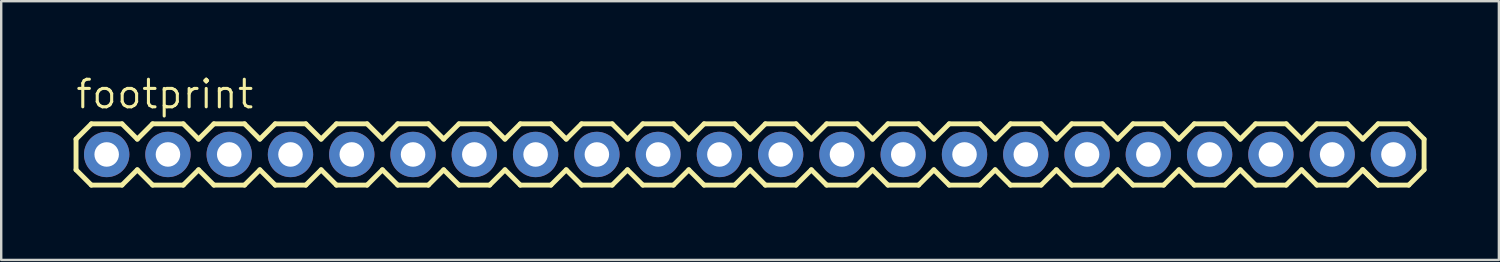
<source format=kicad_pcb>
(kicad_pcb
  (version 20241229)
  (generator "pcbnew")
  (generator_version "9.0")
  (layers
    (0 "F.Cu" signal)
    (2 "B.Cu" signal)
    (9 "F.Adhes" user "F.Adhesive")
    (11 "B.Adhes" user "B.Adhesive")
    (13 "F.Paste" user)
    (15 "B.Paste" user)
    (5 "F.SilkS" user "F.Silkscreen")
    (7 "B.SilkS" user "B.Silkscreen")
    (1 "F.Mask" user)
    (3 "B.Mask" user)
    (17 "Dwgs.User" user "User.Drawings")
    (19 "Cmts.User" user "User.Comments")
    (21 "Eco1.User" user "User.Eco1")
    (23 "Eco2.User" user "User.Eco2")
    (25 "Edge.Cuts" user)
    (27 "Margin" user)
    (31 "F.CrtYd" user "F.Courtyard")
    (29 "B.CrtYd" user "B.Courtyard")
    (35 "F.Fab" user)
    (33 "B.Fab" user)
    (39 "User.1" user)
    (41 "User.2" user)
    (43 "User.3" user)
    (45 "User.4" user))
  (footprint "footprint"
    (layer "F.Cu")
    (at 1.372 3.353)
    (property "Reference" "footprint" (at -1.346 -1.829 0) (layer "F.SilkS") (effects (font (size 1.143 1.143) (thickness 0.127)) (justify left bottom)))
    (fp_line (start -1.27 -0.635) (end -1.27 0.635) (stroke (width 0.203) (type solid)) (layer "F.SilkS"))
    (fp_line (start -1.27 0.635) (end -0.635 1.27) (stroke (width 0.203) (type solid)) (layer "F.SilkS"))
    (fp_line (start -0.635 -1.27) (end -1.27 -0.635) (stroke (width 0.203) (type solid)) (layer "F.SilkS"))
    (fp_line (start -0.635 -1.27) (end 0.635 -1.27) (stroke (width 0.203) (type solid)) (layer "F.SilkS"))
    (fp_line (start 0.635 -1.27) (end 1.27 -0.635) (stroke (width 0.203) (type solid)) (layer "F.SilkS"))
    (fp_line (start 0.635 1.27) (end -0.635 1.27) (stroke (width 0.203) (type solid)) (layer "F.SilkS"))
    (fp_line (start 1.27 -0.635) (end 1.905 -1.27) (stroke (width 0.203) (type solid)) (layer "F.SilkS"))
    (fp_line (start 1.27 0.635) (end 0.635 1.27) (stroke (width 0.203) (type solid)) (layer "F.SilkS"))
    (fp_line (start 1.905 -1.27) (end 3.175 -1.27) (stroke (width 0.203) (type solid)) (layer "F.SilkS"))
    (fp_line (start 1.905 1.27) (end 1.27 0.635) (stroke (width 0.203) (type solid)) (layer "F.SilkS"))
    (fp_line (start 3.175 -1.27) (end 3.81 -0.635) (stroke (width 0.203) (type solid)) (layer "F.SilkS"))
    (fp_line (start 3.175 1.27) (end 1.905 1.27) (stroke (width 0.203) (type solid)) (layer "F.SilkS"))
    (fp_line (start 3.81 -0.635) (end 4.445 -1.27) (stroke (width 0.203) (type solid)) (layer "F.SilkS"))
    (fp_line (start 3.81 0.635) (end 3.175 1.27) (stroke (width 0.203) (type solid)) (layer "F.SilkS"))
    (fp_line (start 4.445 -1.27) (end 5.715 -1.27) (stroke (width 0.203) (type solid)) (layer "F.SilkS"))
    (fp_line (start 4.445 1.27) (end 3.81 0.635) (stroke (width 0.203) (type solid)) (layer "F.SilkS"))
    (fp_line (start 5.715 -1.27) (end 6.35 -0.635) (stroke (width 0.203) (type solid)) (layer "F.SilkS"))
    (fp_line (start 5.715 1.27) (end 4.445 1.27) (stroke (width 0.203) (type solid)) (layer "F.SilkS"))
    (fp_line (start 6.35 0.635) (end 5.715 1.27) (stroke (width 0.203) (type solid)) (layer "F.SilkS"))
    (fp_line (start 6.35 0.635) (end 6.985 1.27) (stroke (width 0.203) (type solid)) (layer "F.SilkS"))
    (fp_line (start 6.985 -1.27) (end 6.35 -0.635) (stroke (width 0.203) (type solid)) (layer "F.SilkS"))
    (fp_line (start 6.985 -1.27) (end 8.255 -1.27) (stroke (width 0.203) (type solid)) (layer "F.SilkS"))
    (fp_line (start 8.255 -1.27) (end 8.89 -0.635) (stroke (width 0.203) (type solid)) (layer "F.SilkS"))
    (fp_line (start 8.255 1.27) (end 6.985 1.27) (stroke (width 0.203) (type solid)) (layer "F.SilkS"))
    (fp_line (start 8.89 -0.635) (end 9.525 -1.27) (stroke (width 0.203) (type solid)) (layer "F.SilkS"))
    (fp_line (start 8.89 0.635) (end 8.255 1.27) (stroke (width 0.203) (type solid)) (layer "F.SilkS"))
    (fp_line (start 9.525 -1.27) (end 10.795 -1.27) (stroke (width 0.203) (type solid)) (layer "F.SilkS"))
    (fp_line (start 9.525 1.27) (end 8.89 0.635) (stroke (width 0.203) (type solid)) (layer "F.SilkS"))
    (fp_line (start 10.795 -1.27) (end 11.43 -0.635) (stroke (width 0.203) (type solid)) (layer "F.SilkS"))
    (fp_line (start 10.795 1.27) (end 9.525 1.27) (stroke (width 0.203) (type solid)) (layer "F.SilkS"))
    (fp_line (start 11.43 -0.635) (end 12.065 -1.27) (stroke (width 0.203) (type solid)) (layer "F.SilkS"))
    (fp_line (start 11.43 0.635) (end 10.795 1.27) (stroke (width 0.203) (type solid)) (layer "F.SilkS"))
    (fp_line (start 12.065 -1.27) (end 13.335 -1.27) (stroke (width 0.203) (type solid)) (layer "F.SilkS"))
    (fp_line (start 12.065 1.27) (end 11.43 0.635) (stroke (width 0.203) (type solid)) (layer "F.SilkS"))
    (fp_line (start 13.335 -1.27) (end 13.97 -0.635) (stroke (width 0.203) (type solid)) (layer "F.SilkS"))
    (fp_line (start 13.335 1.27) (end 12.065 1.27) (stroke (width 0.203) (type solid)) (layer "F.SilkS"))
    (fp_line (start 13.97 0.635) (end 13.335 1.27) (stroke (width 0.203) (type solid)) (layer "F.SilkS"))
    (fp_line (start 13.97 0.635) (end 14.605 1.27) (stroke (width 0.203) (type solid)) (layer "F.SilkS"))
    (fp_line (start 14.605 -1.27) (end 13.97 -0.635) (stroke (width 0.203) (type solid)) (layer "F.SilkS"))
    (fp_line (start 14.605 -1.27) (end 15.875 -1.27) (stroke (width 0.203) (type solid)) (layer "F.SilkS"))
    (fp_line (start 15.875 -1.27) (end 16.51 -0.635) (stroke (width 0.203) (type solid)) (layer "F.SilkS"))
    (fp_line (start 15.875 1.27) (end 14.605 1.27) (stroke (width 0.203) (type solid)) (layer "F.SilkS"))
    (fp_line (start 16.51 0.635) (end 15.875 1.27) (stroke (width 0.203) (type solid)) (layer "F.SilkS"))
    (fp_line (start 16.51 0.635) (end 17.145 1.27) (stroke (width 0.203) (type solid)) (layer "F.SilkS"))
    (fp_line (start 17.145 -1.27) (end 16.51 -0.635) (stroke (width 0.203) (type solid)) (layer "F.SilkS"))
    (fp_line (start 17.145 -1.27) (end 18.415 -1.27) (stroke (width 0.203) (type solid)) (layer "F.SilkS"))
    (fp_line (start 18.415 -1.27) (end 19.05 -0.635) (stroke (width 0.203) (type solid)) (layer "F.SilkS"))
    (fp_line (start 18.415 1.27) (end 17.145 1.27) (stroke (width 0.203) (type solid)) (layer "F.SilkS"))
    (fp_line (start 19.05 -0.635) (end 19.685 -1.27) (stroke (width 0.203) (type solid)) (layer "F.SilkS"))
    (fp_line (start 19.05 0.635) (end 18.415 1.27) (stroke (width 0.203) (type solid)) (layer "F.SilkS"))
    (fp_line (start 19.685 -1.27) (end 20.955 -1.27) (stroke (width 0.203) (type solid)) (layer "F.SilkS"))
    (fp_line (start 19.685 1.27) (end 19.05 0.635) (stroke (width 0.203) (type solid)) (layer "F.SilkS"))
    (fp_line (start 20.955 -1.27) (end 21.59 -0.635) (stroke (width 0.203) (type solid)) (layer "F.SilkS"))
    (fp_line (start 20.955 1.27) (end 19.685 1.27) (stroke (width 0.203) (type solid)) (layer "F.SilkS"))
    (fp_line (start 21.59 -0.635) (end 22.225 -1.27) (stroke (width 0.203) (type solid)) (layer "F.SilkS"))
    (fp_line (start 21.59 0.635) (end 20.955 1.27) (stroke (width 0.203) (type solid)) (layer "F.SilkS"))
    (fp_line (start 22.225 -1.27) (end 23.495 -1.27) (stroke (width 0.203) (type solid)) (layer "F.SilkS"))
    (fp_line (start 22.225 1.27) (end 21.59 0.635) (stroke (width 0.203) (type solid)) (layer "F.SilkS"))
    (fp_line (start 23.495 -1.27) (end 24.13 -0.635) (stroke (width 0.203) (type solid)) (layer "F.SilkS"))
    (fp_line (start 23.495 1.27) (end 22.225 1.27) (stroke (width 0.203) (type solid)) (layer "F.SilkS"))
    (fp_line (start 24.13 0.635) (end 23.495 1.27) (stroke (width 0.203) (type solid)) (layer "F.SilkS"))
    (fp_line (start 24.13 0.635) (end 24.765 1.27) (stroke (width 0.203) (type solid)) (layer "F.SilkS"))
    (fp_line (start 24.765 -1.27) (end 24.13 -0.635) (stroke (width 0.203) (type solid)) (layer "F.SilkS"))
    (fp_line (start 24.765 -1.27) (end 26.035 -1.27) (stroke (width 0.203) (type solid)) (layer "F.SilkS"))
    (fp_line (start 26.035 -1.27) (end 26.67 -0.635) (stroke (width 0.203) (type solid)) (layer "F.SilkS"))
    (fp_line (start 26.035 1.27) (end 24.765 1.27) (stroke (width 0.203) (type solid)) (layer "F.SilkS"))
    (fp_line (start 26.67 -0.635) (end 27.305 -1.27) (stroke (width 0.203) (type solid)) (layer "F.SilkS"))
    (fp_line (start 26.67 0.635) (end 26.035 1.27) (stroke (width 0.203) (type solid)) (layer "F.SilkS"))
    (fp_line (start 27.305 -1.27) (end 28.575 -1.27) (stroke (width 0.203) (type solid)) (layer "F.SilkS"))
    (fp_line (start 27.305 1.27) (end 26.67 0.635) (stroke (width 0.203) (type solid)) (layer "F.SilkS"))
    (fp_line (start 28.575 -1.27) (end 29.21 -0.635) (stroke (width 0.203) (type solid)) (layer "F.SilkS"))
    (fp_line (start 28.575 1.27) (end 27.305 1.27) (stroke (width 0.203) (type solid)) (layer "F.SilkS"))
    (fp_line (start 29.21 -0.635) (end 29.845 -1.27) (stroke (width 0.203) (type solid)) (layer "F.SilkS"))
    (fp_line (start 29.21 0.635) (end 28.575 1.27) (stroke (width 0.203) (type solid)) (layer "F.SilkS"))
    (fp_line (start 29.845 -1.27) (end 31.115 -1.27) (stroke (width 0.203) (type solid)) (layer "F.SilkS"))
    (fp_line (start 29.845 1.27) (end 29.21 0.635) (stroke (width 0.203) (type solid)) (layer "F.SilkS"))
    (fp_line (start 31.115 -1.27) (end 31.75 -0.635) (stroke (width 0.203) (type solid)) (layer "F.SilkS"))
    (fp_line (start 31.115 1.27) (end 29.845 1.27) (stroke (width 0.203) (type solid)) (layer "F.SilkS"))
    (fp_line (start 31.75 0.635) (end 31.115 1.27) (stroke (width 0.203) (type solid)) (layer "F.SilkS"))
    (fp_line (start 31.75 0.635) (end 32.385 1.27) (stroke (width 0.203) (type solid)) (layer "F.SilkS"))
    (fp_line (start 32.385 -1.27) (end 31.75 -0.635) (stroke (width 0.203) (type solid)) (layer "F.SilkS"))
    (fp_line (start 32.385 -1.27) (end 33.655 -1.27) (stroke (width 0.203) (type solid)) (layer "F.SilkS"))
    (fp_line (start 33.655 -1.27) (end 34.29 -0.635) (stroke (width 0.203) (type solid)) (layer "F.SilkS"))
    (fp_line (start 33.655 1.27) (end 32.385 1.27) (stroke (width 0.203) (type solid)) (layer "F.SilkS"))
    (fp_line (start 34.29 0.635) (end 33.655 1.27) (stroke (width 0.203) (type solid)) (layer "F.SilkS"))
    (fp_line (start 34.29 0.635) (end 34.925 1.27) (stroke (width 0.203) (type solid)) (layer "F.SilkS"))
    (fp_line (start 34.925 -1.27) (end 34.29 -0.635) (stroke (width 0.203) (type solid)) (layer "F.SilkS"))
    (fp_line (start 34.925 -1.27) (end 36.195 -1.27) (stroke (width 0.203) (type solid)) (layer "F.SilkS"))
    (fp_line (start 36.195 -1.27) (end 36.83 -0.635) (stroke (width 0.203) (type solid)) (layer "F.SilkS"))
    (fp_line (start 36.195 1.27) (end 34.925 1.27) (stroke (width 0.203) (type solid)) (layer "F.SilkS"))
    (fp_line (start 36.83 0.635) (end 36.195 1.27) (stroke (width 0.203) (type solid)) (layer "F.SilkS"))
    (fp_line (start 36.83 0.635) (end 37.465 1.27) (stroke (width 0.203) (type solid)) (layer "F.SilkS"))
    (fp_line (start 37.465 -1.27) (end 36.83 -0.635) (stroke (width 0.203) (type solid)) (layer "F.SilkS"))
    (fp_line (start 37.465 -1.27) (end 38.735 -1.27) (stroke (width 0.203) (type solid)) (layer "F.SilkS"))
    (fp_line (start 38.735 -1.27) (end 39.37 -0.635) (stroke (width 0.203) (type solid)) (layer "F.SilkS"))
    (fp_line (start 38.735 1.27) (end 37.465 1.27) (stroke (width 0.203) (type solid)) (layer "F.SilkS"))
    (fp_line (start 39.37 0.635) (end 38.735 1.27) (stroke (width 0.203) (type solid)) (layer "F.SilkS"))
    (fp_line (start 39.37 0.635) (end 40.005 1.27) (stroke (width 0.203) (type solid)) (layer "F.SilkS"))
    (fp_line (start 40.005 -1.27) (end 39.37 -0.635) (stroke (width 0.203) (type solid)) (layer "F.SilkS"))
    (fp_line (start 40.005 -1.27) (end 41.275 -1.27) (stroke (width 0.203) (type solid)) (layer "F.SilkS"))
    (fp_line (start 41.275 -1.27) (end 41.91 -0.635) (stroke (width 0.203) (type solid)) (layer "F.SilkS"))
    (fp_line (start 41.275 1.27) (end 40.005 1.27) (stroke (width 0.203) (type solid)) (layer "F.SilkS"))
    (fp_line (start 41.91 0.635) (end 41.275 1.27) (stroke (width 0.203) (type solid)) (layer "F.SilkS"))
    (fp_line (start 41.91 0.635) (end 42.545 1.27) (stroke (width 0.203) (type solid)) (layer "F.SilkS"))
    (fp_line (start 42.545 -1.27) (end 41.91 -0.635) (stroke (width 0.203) (type solid)) (layer "F.SilkS"))
    (fp_line (start 42.545 -1.27) (end 43.815 -1.27) (stroke (width 0.203) (type solid)) (layer "F.SilkS"))
    (fp_line (start 43.815 -1.27) (end 44.45 -0.635) (stroke (width 0.203) (type solid)) (layer "F.SilkS"))
    (fp_line (start 43.815 1.27) (end 42.545 1.27) (stroke (width 0.203) (type solid)) (layer "F.SilkS"))
    (fp_line (start 44.45 0.635) (end 43.815 1.27) (stroke (width 0.203) (type solid)) (layer "F.SilkS"))
    (fp_line (start 44.45 0.635) (end 45.085 1.27) (stroke (width 0.203) (type solid)) (layer "F.SilkS"))
    (fp_line (start 45.085 -1.27) (end 44.45 -0.635) (stroke (width 0.203) (type solid)) (layer "F.SilkS"))
    (fp_line (start 45.085 -1.27) (end 46.355 -1.27) (stroke (width 0.203) (type solid)) (layer "F.SilkS"))
    (fp_line (start 46.355 -1.27) (end 46.99 -0.635) (stroke (width 0.203) (type solid)) (layer "F.SilkS"))
    (fp_line (start 46.355 1.27) (end 45.085 1.27) (stroke (width 0.203) (type solid)) (layer "F.SilkS"))
    (fp_line (start 46.99 0.635) (end 46.355 1.27) (stroke (width 0.203) (type solid)) (layer "F.SilkS"))
    (fp_line (start 46.99 0.635) (end 47.625 1.27) (stroke (width 0.203) (type solid)) (layer "F.SilkS"))
    (fp_line (start 47.625 -1.27) (end 46.99 -0.635) (stroke (width 0.203) (type solid)) (layer "F.SilkS"))
    (fp_line (start 47.625 -1.27) (end 48.895 -1.27) (stroke (width 0.203) (type solid)) (layer "F.SilkS"))
    (fp_line (start 48.895 -1.27) (end 49.53 -0.635) (stroke (width 0.203) (type solid)) (layer "F.SilkS"))
    (fp_line (start 48.895 1.27) (end 47.625 1.27) (stroke (width 0.203) (type solid)) (layer "F.SilkS"))
    (fp_line (start 49.53 0.635) (end 48.895 1.27) (stroke (width 0.203) (type solid)) (layer "F.SilkS"))
    (fp_line (start 49.53 0.635) (end 50.165 1.27) (stroke (width 0.203) (type solid)) (layer "F.SilkS"))
    (fp_line (start 50.165 -1.27) (end 49.53 -0.635) (stroke (width 0.203) (type solid)) (layer "F.SilkS"))
    (fp_line (start 50.165 -1.27) (end 51.435 -1.27) (stroke (width 0.203) (type solid)) (layer "F.SilkS"))
    (fp_line (start 51.435 -1.27) (end 52.07 -0.635) (stroke (width 0.203) (type solid)) (layer "F.SilkS"))
    (fp_line (start 51.435 1.27) (end 50.165 1.27) (stroke (width 0.203) (type solid)) (layer "F.SilkS"))
    (fp_line (start 52.07 0.635) (end 51.435 1.27) (stroke (width 0.203) (type solid)) (layer "F.SilkS"))
    (fp_line (start 52.07 0.635) (end 52.705 1.27) (stroke (width 0.203) (type solid)) (layer "F.SilkS"))
    (fp_line (start 52.07 0.635) (end 52.705 1.27) (stroke (width 0.203) (type solid)) (layer "F.SilkS"))
    (fp_line (start 52.705 -1.27) (end 52.07 -0.635) (stroke (width 0.203) (type solid)) (layer "F.SilkS"))
    (fp_line (start 52.705 -1.27) (end 53.975 -1.27) (stroke (width 0.203) (type solid)) (layer "F.SilkS"))
    (fp_line (start 53.975 -1.27) (end 54.61 -0.635) (stroke (width 0.203) (type solid)) (layer "F.SilkS"))
    (fp_line (start 53.975 1.27) (end 52.705 1.27) (stroke (width 0.203) (type solid)) (layer "F.SilkS"))
    (fp_line (start 54.61 -0.635) (end 54.61 0.635) (stroke (width 0.203) (type solid)) (layer "F.SilkS"))
    (fp_line (start 54.61 0.635) (end 53.975 1.27) (stroke (width 0.203) (type solid)) (layer "F.SilkS"))
    (fp_poly (pts (xy -0.254 0.254) (xy 0.254 0.254) (xy 0.254 -0.254) (xy -0.254 -0.254)) (stroke (width 0.1) (type solid)) (fill no) (layer "F.Fab"))
    (fp_poly (pts (xy 2.286 0.254) (xy 2.794 0.254) (xy 2.794 -0.254) (xy 2.286 -0.254)) (stroke (width 0.1) (type solid)) (fill no) (layer "F.Fab"))
    (fp_poly (pts (xy 4.826 0.254) (xy 5.334 0.254) (xy 5.334 -0.254) (xy 4.826 -0.254)) (stroke (width 0.1) (type solid)) (fill no) (layer "F.Fab"))
    (fp_poly (pts (xy 7.366 0.254) (xy 7.874 0.254) (xy 7.874 -0.254) (xy 7.366 -0.254)) (stroke (width 0.1) (type solid)) (fill no) (layer "F.Fab"))
    (fp_poly (pts (xy 9.906 0.254) (xy 10.414 0.254) (xy 10.414 -0.254) (xy 9.906 -0.254)) (stroke (width 0.1) (type solid)) (fill no) (layer "F.Fab"))
    (fp_poly (pts (xy 12.446 0.254) (xy 12.954 0.254) (xy 12.954 -0.254) (xy 12.446 -0.254)) (stroke (width 0.1) (type solid)) (fill no) (layer "F.Fab"))
    (fp_poly (pts (xy 14.986 0.254) (xy 15.494 0.254) (xy 15.494 -0.254) (xy 14.986 -0.254)) (stroke (width 0.1) (type solid)) (fill no) (layer "F.Fab"))
    (fp_poly (pts (xy 17.526 0.254) (xy 18.034 0.254) (xy 18.034 -0.254) (xy 17.526 -0.254)) (stroke (width 0.1) (type solid)) (fill no) (layer "F.Fab"))
    (fp_poly (pts (xy 20.066 0.254) (xy 20.574 0.254) (xy 20.574 -0.254) (xy 20.066 -0.254)) (stroke (width 0.1) (type solid)) (fill no) (layer "F.Fab"))
    (fp_poly (pts (xy 22.606 0.254) (xy 23.114 0.254) (xy 23.114 -0.254) (xy 22.606 -0.254)) (stroke (width 0.1) (type solid)) (fill no) (layer "F.Fab"))
    (fp_poly (pts (xy 25.146 0.254) (xy 25.654 0.254) (xy 25.654 -0.254) (xy 25.146 -0.254)) (stroke (width 0.1) (type solid)) (fill no) (layer "F.Fab"))
    (fp_poly (pts (xy 27.686 0.254) (xy 28.194 0.254) (xy 28.194 -0.254) (xy 27.686 -0.254)) (stroke (width 0.1) (type solid)) (fill no) (layer "F.Fab"))
    (fp_poly (pts (xy 30.226 0.254) (xy 30.734 0.254) (xy 30.734 -0.254) (xy 30.226 -0.254)) (stroke (width 0.1) (type solid)) (fill no) (layer "F.Fab"))
    (fp_poly (pts (xy 32.766 0.254) (xy 33.274 0.254) (xy 33.274 -0.254) (xy 32.766 -0.254)) (stroke (width 0.1) (type solid)) (fill no) (layer "F.Fab"))
    (fp_poly (pts (xy 35.306 0.254) (xy 35.814 0.254) (xy 35.814 -0.254) (xy 35.306 -0.254)) (stroke (width 0.1) (type solid)) (fill no) (layer "F.Fab"))
    (fp_poly (pts (xy 37.846 0.254) (xy 38.354 0.254) (xy 38.354 -0.254) (xy 37.846 -0.254)) (stroke (width 0.1) (type solid)) (fill no) (layer "F.Fab"))
    (fp_poly (pts (xy 40.386 0.254) (xy 40.894 0.254) (xy 40.894 -0.254) (xy 40.386 -0.254)) (stroke (width 0.1) (type solid)) (fill no) (layer "F.Fab"))
    (fp_poly (pts (xy 42.926 0.254) (xy 43.434 0.254) (xy 43.434 -0.254) (xy 42.926 -0.254)) (stroke (width 0.1) (type solid)) (fill no) (layer "F.Fab"))
    (fp_poly (pts (xy 45.466 0.254) (xy 45.974 0.254) (xy 45.974 -0.254) (xy 45.466 -0.254)) (stroke (width 0.1) (type solid)) (fill no) (layer "F.Fab"))
    (fp_poly (pts (xy 48.006 0.254) (xy 48.514 0.254) (xy 48.514 -0.254) (xy 48.006 -0.254)) (stroke (width 0.1) (type solid)) (fill no) (layer "F.Fab"))
    (fp_poly (pts (xy 50.546 0.254) (xy 51.054 0.254) (xy 51.054 -0.254) (xy 50.546 -0.254)) (stroke (width 0.1) (type solid)) (fill no) (layer "F.Fab"))
    (fp_poly (pts (xy 53.086 0.254) (xy 53.594 0.254) (xy 53.594 -0.254) (xy 53.086 -0.254)) (stroke (width 0.1) (type solid)) (fill no) (layer "F.Fab"))
    (pad "1" thru_hole circle (at 0 0 90) (size 1.88 1.88) (drill 1.016) (layers "*.Cu" "*.Mask"))
    (pad "2" thru_hole circle (at 2.54 0 90) (size 1.88 1.88) (drill 1.016) (layers "*.Cu" "*.Mask"))
    (pad "3" thru_hole circle (at 5.08 0 90) (size 1.88 1.88) (drill 1.016) (layers "*.Cu" "*.Mask"))
    (pad "4" thru_hole circle (at 7.62 0 90) (size 1.88 1.88) (drill 1.016) (layers "*.Cu" "*.Mask"))
    (pad "5" thru_hole circle (at 10.16 0 90) (size 1.88 1.88) (drill 1.016) (layers "*.Cu" "*.Mask"))
    (pad "6" thru_hole circle (at 12.7 0 90) (size 1.88 1.88) (drill 1.016) (layers "*.Cu" "*.Mask"))
    (pad "7" thru_hole circle (at 15.24 0 90) (size 1.88 1.88) (drill 1.016) (layers "*.Cu" "*.Mask"))
    (pad "8" thru_hole circle (at 17.78 0 90) (size 1.88 1.88) (drill 1.016) (layers "*.Cu" "*.Mask"))
    (pad "9" thru_hole circle (at 20.32 0 90) (size 1.88 1.88) (drill 1.016) (layers "*.Cu" "*.Mask"))
    (pad "10" thru_hole circle (at 22.86 0 90) (size 1.88 1.88) (drill 1.016) (layers "*.Cu" "*.Mask"))
    (pad "11" thru_hole circle (at 25.4 0 90) (size 1.88 1.88) (drill 1.016) (layers "*.Cu" "*.Mask"))
    (pad "12" thru_hole circle (at 27.94 0 90) (size 1.88 1.88) (drill 1.016) (layers "*.Cu" "*.Mask"))
    (pad "13" thru_hole circle (at 30.48 0 90) (size 1.88 1.88) (drill 1.016) (layers "*.Cu" "*.Mask"))
    (pad "14" thru_hole circle (at 33.02 0 90) (size 1.88 1.88) (drill 1.016) (layers "*.Cu" "*.Mask"))
    (pad "15" thru_hole circle (at 35.56 0 90) (size 1.88 1.88) (drill 1.016) (layers "*.Cu" "*.Mask"))
    (pad "16" thru_hole circle (at 38.1 0 90) (size 1.88 1.88) (drill 1.016) (layers "*.Cu" "*.Mask"))
    (pad "17" thru_hole circle (at 40.64 0 90) (size 1.88 1.88) (drill 1.016) (layers "*.Cu" "*.Mask"))
    (pad "18" thru_hole circle (at 43.18 0 90) (size 1.88 1.88) (drill 1.016) (layers "*.Cu" "*.Mask"))
    (pad "19" thru_hole circle (at 45.72 0 90) (size 1.88 1.88) (drill 1.016) (layers "*.Cu" "*.Mask"))
    (pad "20" thru_hole circle (at 48.26 0 90) (size 1.88 1.88) (drill 1.016) (layers "*.Cu" "*.Mask"))
    (pad "21" thru_hole circle (at 50.8 0 90) (size 1.88 1.88) (drill 1.016) (layers "*.Cu" "*.Mask"))
    (pad "22" thru_hole circle (at 53.34 0 90) (size 1.88 1.88) (drill 1.016) (layers "*.Cu" "*.Mask")))
  (gr_rect
    (start -3 -3)
    (end 59.083 7.724)
    (stroke (width 0.1) (type default))
    (fill no)
    (layer "Edge.Cuts")))
</source>
